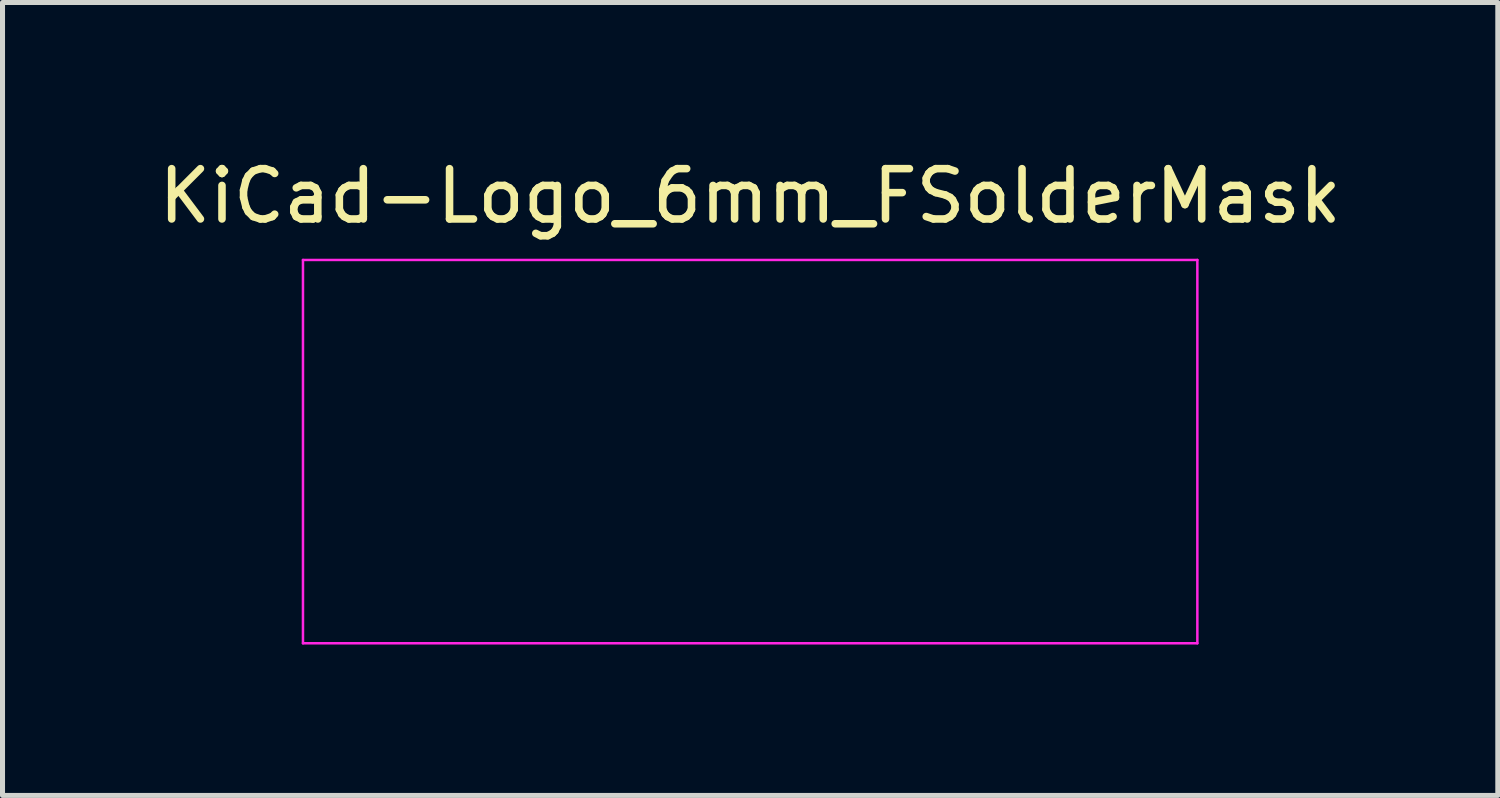
<source format=kicad_pcb>
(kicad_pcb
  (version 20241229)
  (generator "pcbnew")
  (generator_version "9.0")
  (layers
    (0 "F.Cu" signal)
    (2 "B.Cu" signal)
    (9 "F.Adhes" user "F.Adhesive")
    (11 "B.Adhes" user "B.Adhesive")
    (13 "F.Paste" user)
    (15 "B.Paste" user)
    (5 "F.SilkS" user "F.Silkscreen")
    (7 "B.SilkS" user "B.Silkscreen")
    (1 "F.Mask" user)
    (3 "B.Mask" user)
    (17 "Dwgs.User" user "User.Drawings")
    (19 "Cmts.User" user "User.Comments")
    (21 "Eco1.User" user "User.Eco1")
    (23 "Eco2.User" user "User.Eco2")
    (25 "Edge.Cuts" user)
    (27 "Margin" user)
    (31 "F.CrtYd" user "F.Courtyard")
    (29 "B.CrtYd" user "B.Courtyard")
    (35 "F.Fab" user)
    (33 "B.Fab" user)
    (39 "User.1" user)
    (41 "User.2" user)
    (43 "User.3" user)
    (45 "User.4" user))
  (footprint "KiCad-Logo_6mm_FSolderMask"
    (layer "F.Cu")
    (at 11.863 5.928)
    (property "Reference" "KiCad-Logo_6mm_FSolderMask" (at 0 -5.08 0) (layer "F.SilkS") (effects (font (size 1 1) (thickness 0.15))))
    (attr exclude_from_pos_files exclude_from_bom)
    (fp_poly (pts (xy -2.726 -2.964) (xy -2.623 -2.928) (xy -2.527 -2.871) (xy -2.441 -2.795) (xy -2.369 -2.697) (xy -2.336 -2.636) (xy -2.308 -2.55) (xy -2.295 -2.451) (xy -2.296 -2.35) (xy -2.313 -2.257) (xy -2.359 -2.145) (xy -2.425 -2.047) (xy -2.509 -1.966) (xy -2.606 -1.904) (xy -2.714 -1.862) (xy -2.829 -1.844) (xy -2.948 -1.849) (xy -3.007 -1.862) (xy -3.121 -1.906) (xy -3.222 -1.974) (xy -3.309 -2.063) (xy -3.377 -2.171) (xy -3.383 -2.183) (xy -3.403 -2.227) (xy -3.415 -2.265) (xy -3.422 -2.304) (xy -3.425 -2.355) (xy -3.426 -2.41) (xy -3.425 -2.476) (xy -3.421 -2.523) (xy -3.413 -2.562) (xy -3.399 -2.6) (xy -3.382 -2.639) (xy -3.318 -2.747) (xy -3.238 -2.834) (xy -3.147 -2.901) (xy -3.047 -2.948) (xy -2.941 -2.973) (xy -2.833 -2.979) (xy -2.726 -2.964)) (stroke (width 0.01) (type solid)) (fill yes) (layer "F.Mask"))
    (fp_poly (pts (xy 0.44 -1.84) (xy 0.588 -1.823) (xy 0.731 -1.794) (xy 0.876 -1.751) (xy 1.028 -1.692) (xy 1.192 -1.615) (xy 1.222 -1.6) (xy 1.29 -1.567) (xy 1.354 -1.537) (xy 1.408 -1.513) (xy 1.446 -1.498) (xy 1.451 -1.496) (xy 1.506 -1.48) (xy 1.26 -1.121) (xy 1.2 -1.033) (xy 1.144 -0.953) (xy 1.096 -0.883) (xy 1.057 -0.826) (xy 1.029 -0.785) (xy 1.013 -0.763) (xy 1.011 -0.759) (xy 1 -0.767) (xy 0.975 -0.789) (xy 0.939 -0.823) (xy 0.919 -0.841) (xy 0.806 -0.931) (xy 0.679 -0.999) (xy 0.57 -1.037) (xy 0.504 -1.049) (xy 0.422 -1.056) (xy 0.333 -1.058) (xy 0.247 -1.056) (xy 0.173 -1.048) (xy 0.144 -1.043) (xy 0.011 -0.997) (xy -0.108 -0.927) (xy -0.215 -0.834) (xy -0.308 -0.716) (xy -0.387 -0.575) (xy -0.454 -0.411) (xy -0.506 -0.223) (xy -0.537 -0.062) (xy -0.546 0.009) (xy -0.551 0.101) (xy -0.554 0.207) (xy -0.555 0.32) (xy -0.553 0.435) (xy -0.548 0.544) (xy -0.542 0.64) (xy -0.533 0.718) (xy -0.531 0.73) (xy -0.489 0.923) (xy -0.431 1.094) (xy -0.357 1.243) (xy -0.267 1.372) (xy -0.203 1.442) (xy -0.089 1.536) (xy 0.037 1.606) (xy 0.172 1.651) (xy 0.313 1.671) (xy 0.459 1.666) (xy 0.608 1.634) (xy 0.696 1.603) (xy 0.818 1.542) (xy 0.943 1.453) (xy 1.013 1.393) (xy 1.053 1.358) (xy 1.084 1.332) (xy 1.101 1.32) (xy 1.104 1.32) (xy 1.112 1.332) (xy 1.132 1.366) (xy 1.163 1.416) (xy 1.203 1.482) (xy 1.251 1.56) (xy 1.304 1.647) (xy 1.334 1.696) (xy 1.56 2.067) (xy 1.278 2.207) (xy 1.176 2.257) (xy 1.093 2.296) (xy 1.025 2.327) (xy 0.966 2.351) (xy 0.911 2.371) (xy 0.855 2.388) (xy 0.794 2.403) (xy 0.735 2.417) (xy 0.682 2.428) (xy 0.627 2.437) (xy 0.565 2.443) (xy 0.488 2.447) (xy 0.394 2.45) (xy 0.33 2.451) (xy 0.238 2.452) (xy 0.151 2.451) (xy 0.073 2.45) (xy 0.01 2.447) (xy -0.032 2.444) (xy -0.034 2.443) (xy -0.25 2.396) (xy -0.452 2.326) (xy -0.642 2.231) (xy -0.818 2.112) (xy -0.98 1.969) (xy -1.129 1.803) (xy -1.238 1.654) (xy -1.353 1.461) (xy -1.446 1.256) (xy -1.517 1.038) (xy -1.567 0.807) (xy -1.597 0.56) (xy -1.606 0.309) (xy -1.598 0.066) (xy -1.574 -0.158) (xy -1.533 -0.368) (xy -1.474 -0.565) (xy -1.396 -0.756) (xy -1.387 -0.776) (xy -1.284 -0.96) (xy -1.159 -1.135) (xy -1.013 -1.298) (xy -0.851 -1.445) (xy -0.676 -1.572) (xy -0.514 -1.665) (xy -0.349 -1.738) (xy -0.185 -1.791) (xy -0.013 -1.825) (xy 0.171 -1.842) (xy 0.281 -1.844) (xy 0.44 -1.84)) (stroke (width 0.01) (type solid)) (fill yes) (layer "F.Mask"))
    (fp_poly (pts (xy 6.842 -2.043) (xy 6.959 -2.043) (xy 6.999 -2.042) (xy 7.544 -2.039) (xy 7.551 0.055) (xy 7.552 0.339) (xy 7.553 0.597) (xy 7.554 0.83) (xy 7.555 1.039) (xy 7.555 1.227) (xy 7.556 1.393) (xy 7.557 1.54) (xy 7.559 1.669) (xy 7.56 1.782) (xy 7.562 1.879) (xy 7.564 1.961) (xy 7.567 2.031) (xy 7.57 2.09) (xy 7.574 2.138) (xy 7.578 2.177) (xy 7.582 2.209) (xy 7.588 2.235) (xy 7.594 2.257) (xy 7.601 2.274) (xy 7.609 2.29) (xy 7.618 2.305) (xy 7.627 2.32) (xy 7.638 2.337) (xy 7.64 2.341) (xy 7.676 2.403) (xy 7.15 2.399) (xy 6.625 2.396) (xy 6.618 2.28) (xy 6.614 2.225) (xy 6.61 2.193) (xy 6.605 2.18) (xy 6.597 2.183) (xy 6.59 2.19) (xy 6.561 2.217) (xy 6.514 2.251) (xy 6.456 2.289) (xy 6.392 2.326) (xy 6.33 2.359) (xy 6.283 2.38) (xy 6.171 2.415) (xy 6.044 2.44) (xy 5.909 2.454) (xy 5.777 2.455) (xy 5.656 2.444) (xy 5.654 2.444) (xy 5.49 2.402) (xy 5.335 2.336) (xy 5.193 2.247) (xy 5.065 2.137) (xy 4.951 2.006) (xy 4.854 1.856) (xy 4.775 1.689) (xy 4.731 1.565) (xy 4.703 1.462) (xy 4.682 1.361) (xy 4.667 1.258) (xy 4.659 1.146) (xy 4.656 1.019) (xy 4.658 0.915) (xy 5.671 0.915) (xy 5.675 1.089) (xy 5.691 1.239) (xy 5.716 1.366) (xy 5.754 1.471) (xy 5.803 1.555) (xy 5.864 1.621) (xy 5.934 1.668) (xy 5.971 1.685) (xy 6.003 1.695) (xy 6.038 1.7) (xy 6.086 1.701) (xy 6.137 1.699) (xy 6.238 1.69) (xy 6.318 1.672) (xy 6.343 1.664) (xy 6.4 1.638) (xy 6.461 1.605) (xy 6.487 1.589) (xy 6.556 1.544) (xy 6.556 0.117) (xy 6.48 0.072) (xy 6.375 0.021) (xy 6.268 -0.01) (xy 6.162 -0.019) (xy 6.061 -0.008) (xy 5.97 0.023) (xy 5.893 0.075) (xy 5.868 0.099) (xy 5.808 0.181) (xy 5.759 0.279) (xy 5.721 0.396) (xy 5.695 0.533) (xy 5.678 0.692) (xy 5.671 0.876) (xy 5.671 0.915) (xy 4.658 0.915) (xy 4.658 0.872) (xy 4.67 0.646) (xy 4.693 0.442) (xy 4.729 0.258) (xy 4.777 0.089) (xy 4.839 -0.066) (xy 4.861 -0.112) (xy 4.95 -0.262) (xy 5.058 -0.396) (xy 5.182 -0.51) (xy 5.319 -0.604) (xy 5.468 -0.674) (xy 5.557 -0.703) (xy 5.644 -0.72) (xy 5.749 -0.73) (xy 5.863 -0.734) (xy 5.977 -0.73) (xy 6.083 -0.719) (xy 6.167 -0.703) (xy 6.268 -0.67) (xy 6.366 -0.628) (xy 6.451 -0.58) (xy 6.497 -0.548) (xy 6.528 -0.525) (xy 6.55 -0.51) (xy 6.555 -0.508) (xy 6.557 -0.521) (xy 6.558 -0.559) (xy 6.559 -0.619) (xy 6.561 -0.699) (xy 6.562 -0.795) (xy 6.562 -0.906) (xy 6.563 -1.027) (xy 6.563 -1.151) (xy 6.563 -1.31) (xy 6.562 -1.444) (xy 6.561 -1.555) (xy 6.56 -1.647) (xy 6.557 -1.721) (xy 6.553 -1.781) (xy 6.548 -1.829) (xy 6.54 -1.867) (xy 6.531 -1.898) (xy 6.52 -1.925) (xy 6.507 -1.949) (xy 6.49 -1.975) (xy 6.488 -1.978) (xy 6.467 -2.011) (xy 6.455 -2.034) (xy 6.453 -2.039) (xy 6.466 -2.04) (xy 6.504 -2.041) (xy 6.563 -2.042) (xy 6.642 -2.043) (xy 6.735 -2.043) (xy 6.842 -2.043)) (stroke (width 0.01) (type solid)) (fill yes) (layer "F.Mask"))
    (fp_poly (pts (xy 3.168 -0.736) (xy 3.236 -0.731) (xy 3.43 -0.705) (xy 3.603 -0.663) (xy 3.753 -0.606) (xy 3.884 -0.532) (xy 3.994 -0.441) (xy 4.086 -0.333) (xy 4.16 -0.206) (xy 4.214 -0.069) (xy 4.227 -0.025) (xy 4.239 0.016) (xy 4.249 0.057) (xy 4.258 0.099) (xy 4.266 0.145) (xy 4.272 0.196) (xy 4.277 0.257) (xy 4.281 0.327) (xy 4.285 0.411) (xy 4.287 0.509) (xy 4.29 0.624) (xy 4.292 0.759) (xy 4.293 0.915) (xy 4.295 1.095) (xy 4.296 1.236) (xy 4.304 2.204) (xy 4.356 2.297) (xy 4.38 2.342) (xy 4.398 2.377) (xy 4.407 2.395) (xy 4.407 2.396) (xy 4.394 2.398) (xy 4.356 2.399) (xy 4.297 2.4) (xy 4.22 2.401) (xy 4.127 2.402) (xy 4.021 2.402) (xy 3.906 2.403) (xy 3.892 2.403) (xy 3.378 2.403) (xy 3.378 2.286) (xy 3.377 2.233) (xy 3.374 2.193) (xy 3.371 2.171) (xy 3.369 2.169) (xy 3.356 2.178) (xy 3.328 2.2) (xy 3.291 2.231) (xy 3.29 2.231) (xy 3.224 2.281) (xy 3.14 2.331) (xy 3.048 2.376) (xy 2.957 2.411) (xy 2.918 2.423) (xy 2.838 2.439) (xy 2.741 2.448) (xy 2.635 2.453) (xy 2.528 2.451) (xy 2.43 2.443) (xy 2.362 2.432) (xy 2.194 2.383) (xy 2.042 2.312) (xy 1.909 2.222) (xy 1.794 2.112) (xy 1.699 1.984) (xy 1.625 1.839) (xy 1.592 1.751) (xy 1.572 1.665) (xy 1.559 1.562) (xy 1.553 1.451) (xy 1.553 1.435) (xy 2.482 1.435) (xy 2.489 1.517) (xy 2.515 1.586) (xy 2.562 1.649) (xy 2.581 1.668) (xy 2.645 1.718) (xy 2.72 1.75) (xy 2.81 1.766) (xy 2.904 1.767) (xy 2.994 1.759) (xy 3.062 1.744) (xy 3.092 1.733) (xy 3.145 1.703) (xy 3.202 1.66) (xy 3.254 1.612) (xy 3.293 1.566) (xy 3.303 1.549) (xy 3.311 1.526) (xy 3.317 1.488) (xy 3.32 1.433) (xy 3.322 1.357) (xy 3.323 1.284) (xy 3.322 1.199) (xy 3.321 1.138) (xy 3.319 1.096) (xy 3.315 1.07) (xy 3.309 1.055) (xy 3.301 1.048) (xy 3.299 1.046) (xy 3.276 1.043) (xy 3.233 1.04) (xy 3.173 1.038) (xy 3.104 1.037) (xy 3.089 1.037) (xy 2.997 1.038) (xy 2.925 1.043) (xy 2.869 1.051) (xy 2.822 1.062) (xy 2.706 1.106) (xy 2.615 1.16) (xy 2.548 1.225) (xy 2.504 1.302) (xy 2.484 1.391) (xy 2.482 1.435) (xy 1.553 1.435) (xy 1.554 1.342) (xy 1.564 1.245) (xy 1.571 1.205) (xy 1.617 1.059) (xy 1.687 0.924) (xy 1.78 0.802) (xy 1.895 0.695) (xy 2.03 0.603) (xy 2.183 0.528) (xy 2.313 0.482) (xy 2.401 0.459) (xy 2.484 0.44) (xy 2.569 0.426) (xy 2.661 0.416) (xy 2.765 0.41) (xy 2.888 0.407) (xy 2.998 0.406) (xy 3.326 0.405) (xy 3.319 0.307) (xy 3.302 0.2) (xy 3.264 0.108) (xy 3.207 0.033) (xy 3.134 -0.022) (xy 3.07 -0.048) (xy 2.977 -0.065) (xy 2.867 -0.068) (xy 2.745 -0.057) (xy 2.615 -0.033) (xy 2.483 0.003) (xy 2.354 0.049) (xy 2.261 0.092) (xy 2.216 0.114) (xy 2.181 0.129) (xy 2.164 0.135) (xy 2.163 0.135) (xy 2.157 0.121) (xy 2.142 0.086) (xy 2.119 0.032) (xy 2.09 -0.037) (xy 2.056 -0.118) (xy 2.022 -0.201) (xy 1.886 -0.532) (xy 1.983 -0.548) (xy 2.025 -0.556) (xy 2.088 -0.57) (xy 2.167 -0.587) (xy 2.257 -0.608) (xy 2.351 -0.63) (xy 2.389 -0.64) (xy 2.552 -0.677) (xy 2.694 -0.706) (xy 2.822 -0.725) (xy 2.939 -0.736) (xy 3.053 -0.74) (xy 3.168 -0.736)) (stroke (width 0.01) (type solid)) (fill yes) (layer "F.Mask"))
    (fp_poly (pts (xy -5.956 -2.526) (xy -5.691 -2.526) (xy -5.568 -2.526) (xy -3.597 -2.526) (xy -3.597 -2.41) (xy -3.585 -2.269) (xy -3.547 -2.138) (xy -3.485 -2.018) (xy -3.396 -1.907) (xy -3.366 -1.877) (xy -3.258 -1.793) (xy -3.14 -1.731) (xy -3.013 -1.692) (xy -2.883 -1.676) (xy -2.752 -1.683) (xy -2.625 -1.712) (xy -2.504 -1.765) (xy -2.393 -1.84) (xy -2.343 -1.886) (xy -2.25 -1.997) (xy -2.182 -2.12) (xy -2.139 -2.252) (xy -2.122 -2.392) (xy -2.122 -2.406) (xy -2.121 -2.526) (xy -2.068 -2.526) (xy -2.022 -2.52) (xy -1.979 -2.504) (xy -1.976 -2.503) (xy -1.966 -2.498) (xy -1.957 -2.494) (xy -1.949 -2.49) (xy -1.942 -2.485) (xy -1.935 -2.477) (xy -1.929 -2.467) (xy -1.924 -2.451) (xy -1.919 -2.43) (xy -1.915 -2.402) (xy -1.911 -2.366) (xy -1.908 -2.321) (xy -1.905 -2.266) (xy -1.903 -2.199) (xy -1.901 -2.12) (xy -1.899 -2.027) (xy -1.898 -1.919) (xy -1.897 -1.795) (xy -1.897 -1.654) (xy -1.896 -1.495) (xy -1.896 -1.317) (xy -1.896 -1.118) (xy -1.896 -0.897) (xy -1.897 -0.654) (xy -1.897 -0.386) (xy -1.897 -0.094) (xy -1.898 0.224) (xy -1.898 0.263) (xy -1.898 0.584) (xy -1.899 0.878) (xy -1.899 1.147) (xy -1.899 1.392) (xy -1.9 1.614) (xy -1.9 1.814) (xy -1.901 1.994) (xy -1.902 2.154) (xy -1.903 2.296) (xy -1.904 2.421) (xy -1.905 2.529) (xy -1.907 2.623) (xy -1.909 2.702) (xy -1.911 2.769) (xy -1.914 2.825) (xy -1.918 2.87) (xy -1.921 2.906) (xy -1.926 2.934) (xy -1.931 2.954) (xy -1.936 2.969) (xy -1.942 2.979) (xy -1.949 2.986) (xy -1.956 2.99) (xy -1.965 2.993) (xy -1.974 2.995) (xy -1.983 2.999) (xy -1.986 3) (xy -1.993 3.002) (xy -2.006 3.005) (xy -2.025 3.007) (xy -2.051 3.009) (xy -2.085 3.01) (xy -2.129 3.012) (xy -2.184 3.013) (xy -2.25 3.014) (xy -2.329 3.015) (xy -2.422 3.016) (xy -2.53 3.017) (xy -2.654 3.018) (xy -2.795 3.019) (xy -2.955 3.019) (xy -3.134 3.019) (xy -3.333 3.02) (xy -3.554 3.02) (xy -3.798 3.02) (xy -4.066 3.02) (xy -4.358 3.02) (xy -4.677 3.02) (xy -4.78 3.02) (xy -5.106 3.02) (xy -5.405 3.02) (xy -5.679 3.02) (xy -5.929 3.02) (xy -6.156 3.02) (xy -6.361 3.019) (xy -6.545 3.019) (xy -6.71 3.018) (xy -6.856 3.018) (xy -6.984 3.017) (xy -7.097 3.016) (xy -7.194 3.015) (xy -7.277 3.014) (xy -7.347 3.013) (xy -7.405 3.012) (xy -7.453 3.011) (xy -7.491 3.009) (xy -7.52 3.007) (xy -7.542 3.005) (xy -7.558 3.003) (xy -7.569 3.001) (xy -7.574 2.998) (xy -7.585 2.994) (xy -7.594 2.991) (xy -7.603 2.988) (xy -7.611 2.983) (xy -7.618 2.977) (xy -7.624 2.967) (xy -7.63 2.952) (xy -7.635 2.932) (xy -7.64 2.905) (xy -7.644 2.87) (xy -7.647 2.826) (xy -7.65 2.772) (xy -7.653 2.706) (xy -7.655 2.628) (xy -7.657 2.536) (xy -7.658 2.43) (xy -7.658 2.389) (xy -7.292 2.389) (xy -5.997 2.389) (xy -6.022 2.351) (xy -6.046 2.312) (xy -6.067 2.275) (xy -6.085 2.238) (xy -6.099 2.197) (xy -6.111 2.15) (xy -6.119 2.094) (xy -6.126 2.028) (xy -6.13 1.948) (xy -6.133 1.852) (xy -6.135 1.736) (xy -6.135 1.6) (xy -6.134 1.439) (xy -6.134 1.379) (xy -6.13 0.74) (xy -5.725 1.291) (xy -5.611 1.448) (xy -5.511 1.584) (xy -5.426 1.702) (xy -5.354 1.803) (xy -5.294 1.889) (xy -5.245 1.963) (xy -5.206 2.025) (xy -5.177 2.078) (xy -5.154 2.123) (xy -5.139 2.163) (xy -5.129 2.198) (xy -5.124 2.231) (xy -5.123 2.264) (xy -5.123 2.299) (xy -5.124 2.303) (xy -5.128 2.389) (xy -3.709 2.389) (xy -3.814 2.283) (xy -3.843 2.253) (xy -3.87 2.225) (xy -3.897 2.196) (xy -3.925 2.165) (xy -3.955 2.129) (xy -3.988 2.088) (xy -4.026 2.041) (xy -4.069 1.984) (xy -4.119 1.917) (xy -4.178 1.839) (xy -4.245 1.748) (xy -4.323 1.641) (xy -4.413 1.518) (xy -4.516 1.378) (xy -4.632 1.217) (xy -4.728 1.086) (xy -4.848 0.921) (xy -4.952 0.776) (xy -5.043 0.651) (xy -5.12 0.544) (xy -5.184 0.454) (xy -5.237 0.379) (xy -5.279 0.317) (xy -5.312 0.269) (xy -5.336 0.231) (xy -5.352 0.203) (xy -5.362 0.184) (xy -5.365 0.172) (xy -5.364 0.165) (xy -5.351 0.148) (xy -5.322 0.112) (xy -5.279 0.058) (xy -5.225 -0.01) (xy -5.16 -0.091) (xy -5.086 -0.183) (xy -5.006 -0.283) (xy -4.921 -0.389) (xy -4.832 -0.499) (xy -4.742 -0.611) (xy -4.692 -0.673) (xy -3.459 -0.673) (xy -3.408 -0.58) (xy -3.357 -0.487) (xy -3.357 2.204) (xy -3.408 2.296) (xy -3.459 2.389) (xy -2.853 2.389) (xy -2.709 2.389) (xy -2.589 2.389) (xy -2.493 2.388) (xy -2.417 2.388) (xy -2.359 2.386) (xy -2.317 2.385) (xy -2.289 2.382) (xy -2.273 2.379) (xy -2.266 2.375) (xy -2.265 2.37) (xy -2.269 2.365) (xy -2.27 2.365) (xy -2.287 2.34) (xy -2.31 2.299) (xy -2.33 2.258) (xy -2.368 2.176) (xy -2.376 -0.673) (xy -3.459 -0.673) (xy -4.692 -0.673) (xy -4.651 -0.723) (xy -4.563 -0.832) (xy -4.479 -0.937) (xy -4.4 -1.035) (xy -4.328 -1.124) (xy -4.264 -1.202) (xy -4.212 -1.267) (xy -4.172 -1.317) (xy -4.148 -1.346) (xy -4.056 -1.453) (xy -3.968 -1.55) (xy -3.886 -1.634) (xy -3.814 -1.701) (xy -3.763 -1.741) (xy -3.703 -1.785) (xy -5.092 -1.785) (xy -5.092 -1.703) (xy -5.096 -1.643) (xy -5.11 -1.588) (xy -5.133 -1.535) (xy -5.148 -1.505) (xy -5.163 -1.476) (xy -5.182 -1.445) (xy -5.204 -1.41) (xy -5.232 -1.369) (xy -5.267 -1.322) (xy -5.31 -1.264) (xy -5.362 -1.195) (xy -5.426 -1.113) (xy -5.503 -1.015) (xy -5.593 -0.9) (xy -5.7 -0.765) (xy -5.712 -0.75) (xy -6.13 -0.221) (xy -6.134 -0.807) (xy -6.135 -0.983) (xy -6.135 -1.131) (xy -6.134 -1.254) (xy -6.132 -1.35) (xy -6.128 -1.421) (xy -6.124 -1.467) (xy -6.123 -1.475) (xy -6.101 -1.567) (xy -6.071 -1.649) (xy -6.038 -1.716) (xy -6.018 -1.744) (xy -5.984 -1.785) (xy -6.638 -1.785) (xy -6.794 -1.785) (xy -6.924 -1.784) (xy -7.031 -1.784) (xy -7.116 -1.782) (xy -7.182 -1.781) (xy -7.229 -1.779) (xy -7.26 -1.776) (xy -7.277 -1.773) (xy -7.282 -1.769) (xy -7.282 -1.768) (xy -7.268 -1.747) (xy -7.245 -1.714) (xy -7.233 -1.697) (xy -7.22 -1.68) (xy -7.209 -1.665) (xy -7.199 -1.65) (xy -7.19 -1.635) (xy -7.183 -1.616) (xy -7.176 -1.593) (xy -7.17 -1.565) (xy -7.165 -1.53) (xy -7.161 -1.486) (xy -7.157 -1.432) (xy -7.154 -1.367) (xy -7.151 -1.288) (xy -7.149 -1.196) (xy -7.148 -1.087) (xy -7.147 -0.961) (xy -7.146 -0.816) (xy -7.145 -0.651) (xy -7.144 -0.464) (xy -7.144 -0.253) (xy -7.143 -0.018) (xy -7.143 0.198) (xy -7.142 0.439) (xy -7.142 0.668) (xy -7.142 0.885) (xy -7.142 1.089) (xy -7.142 1.276) (xy -7.143 1.447) (xy -7.144 1.6) (xy -7.145 1.732) (xy -7.146 1.844) (xy -7.148 1.932) (xy -7.149 1.996) (xy -7.151 2.035) (xy -7.151 2.039) (xy -7.163 2.132) (xy -7.182 2.207) (xy -7.211 2.273) (xy -7.253 2.337) (xy -7.258 2.344) (xy -7.292 2.389) (xy -7.658 2.389) (xy -7.659 2.307) (xy -7.66 2.168) (xy -7.66 2.011) (xy -7.661 1.834) (xy -7.661 1.636) (xy -7.661 1.418) (xy -7.661 1.176) (xy -7.661 0.911) (xy -7.661 0.62) (xy -7.661 0.304) (xy -7.661 0.241) (xy -7.661 -0.079) (xy -7.661 -0.372) (xy -7.661 -0.641) (xy -7.661 -0.885) (xy -7.661 -1.106) (xy -7.66 -1.305) (xy -7.66 -1.484) (xy -7.659 -1.643) (xy -7.659 -1.784) (xy -7.658 -1.907) (xy -7.657 -2.015) (xy -7.656 -2.107) (xy -7.655 -2.185) (xy -7.654 -2.25) (xy -7.653 -2.304) (xy -7.651 -2.347) (xy -7.649 -2.381) (xy -7.647 -2.406) (xy -7.645 -2.425) (xy -7.643 -2.437) (xy -7.64 -2.444) (xy -7.64 -2.444) (xy -7.635 -2.455) (xy -7.631 -2.466) (xy -7.626 -2.475) (xy -7.62 -2.483) (xy -7.61 -2.49) (xy -7.596 -2.496) (xy -7.576 -2.502) (xy -7.549 -2.507) (xy -7.514 -2.511) (xy -7.469 -2.515) (xy -7.413 -2.518) (xy -7.345 -2.52) (xy -7.263 -2.522) (xy -7.166 -2.523) (xy -7.052 -2.524) (xy -6.921 -2.525) (xy -6.771 -2.526) (xy -6.601 -2.526) (xy -6.409 -2.526) (xy -6.195 -2.526) (xy -5.956 -2.526)) (stroke (width 0.01) (type solid)) (fill yes) (layer "F.Mask"))
    (fp_line (start -8.89 -3.81) (end 8.89 -3.81) (stroke (width 0.05) (type solid)) (layer "F.CrtYd"))
    (fp_line (start -8.89 3.81) (end -8.89 -3.81) (stroke (width 0.05) (type solid)) (layer "F.CrtYd"))
    (fp_line (start 8.89 -3.81) (end 8.89 3.81) (stroke (width 0.05) (type solid)) (layer "F.CrtYd"))
    (fp_line (start 8.89 3.81) (end -8.89 3.81) (stroke (width 0.05) (type solid)) (layer "F.CrtYd")))
  (gr_rect
    (start -3 -3)
    (end 26.726 12.763)
    (stroke (width 0.1) (type default))
    (fill no)
    (layer "Edge.Cuts")))
</source>
